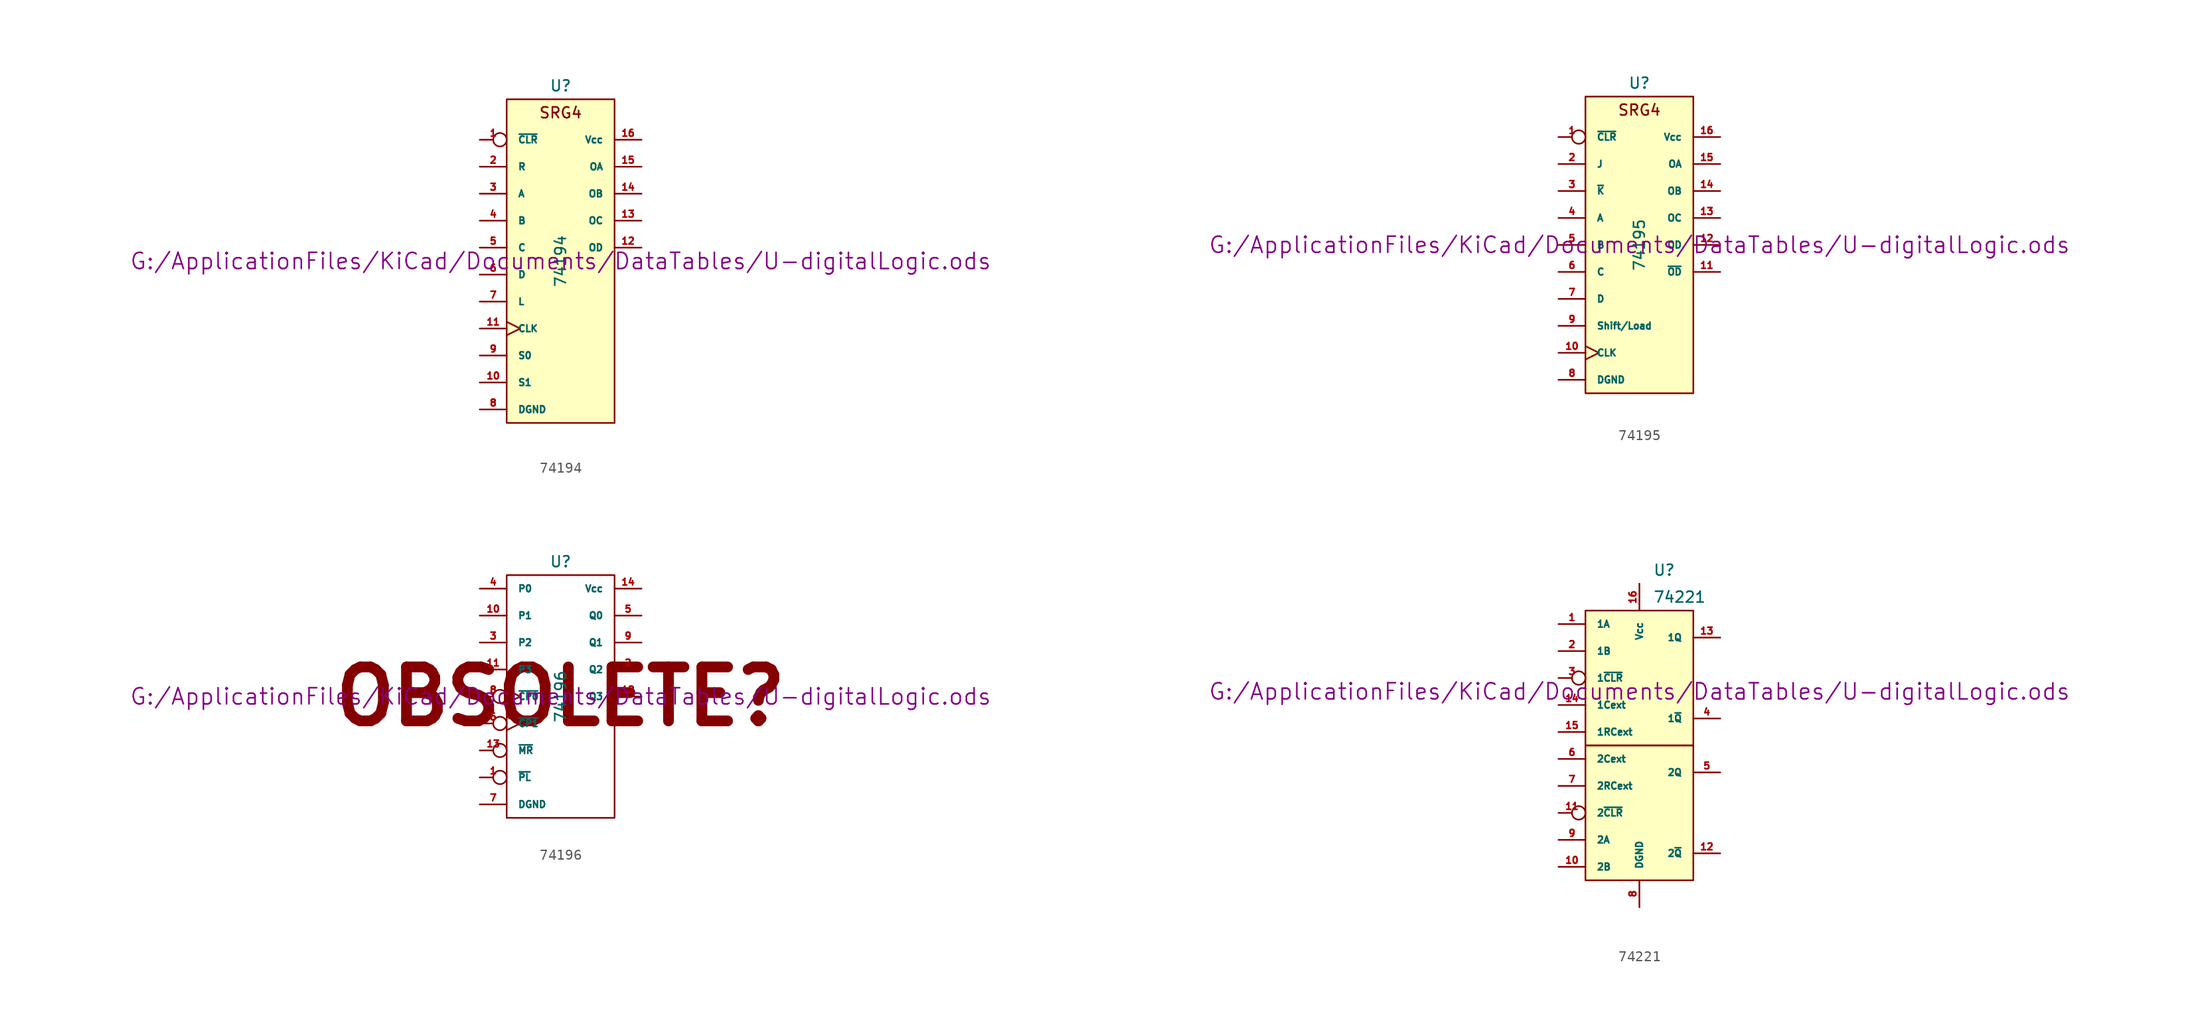
<source format=kicad_sym>
(kicad_symbol_lib
  (version 20211014)
  (generator kicad_symbol_editor)
  (symbol "74194"
    (pin_names
      (offset 1.016))
    (property "Reference" "U"
      (at 0 16.51 0)
      (effects (font (size 1.016 1.016))))
    (property "Value" "74194"
      (at 0 0 90)
      (effects (font (size 1.016 1.016))))
    (property "Footprint" ""
      (at 0 0 0)
      (effects (font (size 1.524 1.524))))
    (property "Datasheet" "G:/ApplicationFiles/KiCad/Documents/DataTables/U-digitalLogic.ods"
      (at 0 0 0)
      (effects (font (size 1.524 1.524))))
    (symbol "74194_0_0"
      (text "SRG4" (at 0 13.97 0) (effects (font (size 1.016 1.016)))))
    (symbol "74194_0_1"
      (rectangle (start -5.08 15.24) (end 5.08 -15.24) (stroke (width 0) (type default) (color 0 0 0 0)) (fill (type background))))
    (symbol "74194_1_1"
      (pin input inverted (at -7.62 11.43 0) (length 2.54) (name "~{CLR}" (effects (font (size 0.635 0.635)))) (number "1" (effects (font (size 0.635 0.635)))))
      (pin input line (at -7.62 -11.43 0) (length 2.54) (name "S1" (effects (font (size 0.635 0.635)))) (number "10" (effects (font (size 0.635 0.635)))))
      (pin input clock (at -7.62 -6.35 0) (length 2.54) (name "CLK" (effects (font (size 0.635 0.635)))) (number "11" (effects (font (size 0.635 0.635)))))
      (pin output line (at 7.62 1.27 180) (length 2.54) (name "OD" (effects (font (size 0.635 0.635)))) (number "12" (effects (font (size 0.635 0.635)))))
      (pin output line (at 7.62 3.81 180) (length 2.54) (name "OC" (effects (font (size 0.635 0.635)))) (number "13" (effects (font (size 0.635 0.635)))))
      (pin output line (at 7.62 6.35 180) (length 2.54) (name "OB" (effects (font (size 0.635 0.635)))) (number "14" (effects (font (size 0.635 0.635)))))
      (pin output line (at 7.62 8.89 180) (length 2.54) (name "OA" (effects (font (size 0.635 0.635)))) (number "15" (effects (font (size 0.635 0.635)))))
      (pin power_in line (at 7.62 11.43 180) (length 2.54) (name "Vcc" (effects (font (size 0.635 0.635)))) (number "16" (effects (font (size 0.635 0.635)))))
      (pin input line (at -7.62 8.89 0) (length 2.54) (name "R" (effects (font (size 0.635 0.635)))) (number "2" (effects (font (size 0.635 0.635)))))
      (pin input line (at -7.62 6.35 0) (length 2.54) (name "A" (effects (font (size 0.635 0.635)))) (number "3" (effects (font (size 0.635 0.635)))))
      (pin input line (at -7.62 3.81 0) (length 2.54) (name "B" (effects (font (size 0.635 0.635)))) (number "4" (effects (font (size 0.635 0.635)))))
      (pin input line (at -7.62 1.27 0) (length 2.54) (name "C" (effects (font (size 0.635 0.635)))) (number "5" (effects (font (size 0.635 0.635)))))
      (pin input line (at -7.62 -1.27 0) (length 2.54) (name "D" (effects (font (size 0.635 0.635)))) (number "6" (effects (font (size 0.635 0.635)))))
      (pin input line (at -7.62 -3.81 0) (length 2.54) (name "L" (effects (font (size 0.635 0.635)))) (number "7" (effects (font (size 0.635 0.635)))))
      (pin power_in line (at -7.62 -13.97 0) (length 2.54) (name "DGND" (effects (font (size 0.635 0.635)))) (number "8" (effects (font (size 0.635 0.635)))))
      (pin input line (at -7.62 -8.89 0) (length 2.54) (name "S0" (effects (font (size 0.635 0.635)))) (number "9" (effects (font (size 0.635 0.635)))))))
  (symbol "74195"
    (pin_names
      (offset 1.016))
    (property "Reference" "U"
      (at 0 15.24 0)
      (effects (font (size 1.016 1.016))))
    (property "Value" "74195"
      (at 0 0 90)
      (effects (font (size 1.016 1.016))))
    (property "Footprint" ""
      (at 0 0 0)
      (effects (font (size 1.524 1.524))))
    (property "Datasheet" "G:/ApplicationFiles/KiCad/Documents/DataTables/U-digitalLogic.ods"
      (at 0 0 0)
      (effects (font (size 1.524 1.524))))
    (symbol "74195_0_0"
      (text "SRG4" (at 0 12.7 0) (effects (font (size 1.016 1.016)))))
    (symbol "74195_0_1"
      (rectangle (start -5.08 13.97) (end 5.08 -13.97) (stroke (width 0) (type default) (color 0 0 0 0)) (fill (type background))))
    (symbol "74195_1_1"
      (pin input inverted (at -7.62 10.16 0) (length 2.54) (name "~{CLR}" (effects (font (size 0.635 0.635)))) (number "1" (effects (font (size 0.635 0.635)))))
      (pin input clock (at -7.62 -10.16 0) (length 2.54) (name "CLK" (effects (font (size 0.635 0.635)))) (number "10" (effects (font (size 0.635 0.635)))))
      (pin input line (at 7.62 -2.54 180) (length 2.54) (name "~{OD}" (effects (font (size 0.635 0.635)))) (number "11" (effects (font (size 0.635 0.635)))))
      (pin output line (at 7.62 0 180) (length 2.54) (name "OD" (effects (font (size 0.635 0.635)))) (number "12" (effects (font (size 0.635 0.635)))))
      (pin output line (at 7.62 2.54 180) (length 2.54) (name "OC" (effects (font (size 0.635 0.635)))) (number "13" (effects (font (size 0.635 0.635)))))
      (pin output line (at 7.62 5.08 180) (length 2.54) (name "OB" (effects (font (size 0.635 0.635)))) (number "14" (effects (font (size 0.635 0.635)))))
      (pin output line (at 7.62 7.62 180) (length 2.54) (name "OA" (effects (font (size 0.635 0.635)))) (number "15" (effects (font (size 0.635 0.635)))))
      (pin power_in line (at 7.62 10.16 180) (length 2.54) (name "Vcc" (effects (font (size 0.635 0.635)))) (number "16" (effects (font (size 0.635 0.635)))))
      (pin input line (at -7.62 7.62 0) (length 2.54) (name "J" (effects (font (size 0.635 0.635)))) (number "2" (effects (font (size 0.635 0.635)))))
      (pin input line (at -7.62 5.08 0) (length 2.54) (name "~{K}" (effects (font (size 0.635 0.635)))) (number "3" (effects (font (size 0.635 0.635)))))
      (pin input line (at -7.62 2.54 0) (length 2.54) (name "A" (effects (font (size 0.635 0.635)))) (number "4" (effects (font (size 0.635 0.635)))))
      (pin input line (at -7.62 0 0) (length 2.54) (name "B" (effects (font (size 0.635 0.635)))) (number "5" (effects (font (size 0.635 0.635)))))
      (pin input line (at -7.62 -2.54 0) (length 2.54) (name "C" (effects (font (size 0.635 0.635)))) (number "6" (effects (font (size 0.635 0.635)))))
      (pin input line (at -7.62 -5.08 0) (length 2.54) (name "D" (effects (font (size 0.635 0.635)))) (number "7" (effects (font (size 0.635 0.635)))))
      (pin power_in line (at -7.62 -12.7 0) (length 2.54) (name "DGND" (effects (font (size 0.635 0.635)))) (number "8" (effects (font (size 0.635 0.635)))))
      (pin input line (at -7.62 -7.62 0) (length 2.54) (name "Shift/Load" (effects (font (size 0.635 0.635)))) (number "9" (effects (font (size 0.635 0.635)))))))
  (symbol "74196"
    (pin_names
      (offset 1.016))
    (property "Reference" "U"
      (at 0 12.7 0)
      (effects (font (size 1.016 1.016))))
    (property "Value" "74196"
      (at 0 0 90)
      (effects (font (size 1.016 1.016))))
    (property "Footprint" ""
      (at 0 0 0)
      (effects (font (size 1.524 1.524))))
    (property "Datasheet" "G:/ApplicationFiles/KiCad/Documents/DataTables/U-digitalLogic.ods"
      (at 0 0 0)
      (effects (font (size 1.524 1.524))))
    (symbol "74196_0_0"
      (text "OBSOLETE?" (at 0 0 0) (effects (font (size 5.08 5.08) bold))))
    (symbol "74196_0_1"
      (rectangle (start -5.08 11.43) (end 5.08 -11.43) (stroke (width 0) (type default) (color 0 0 0 0)) (fill (type none))))
    (symbol "74196_1_1"
      (pin input inverted (at -7.62 -7.62 0) (length 2.54) (name "~{PL}" (effects (font (size 0.635 0.635)))) (number "1" (effects (font (size 0.635 0.635)))))
      (pin input line (at -7.62 7.62 0) (length 2.54) (name "P1" (effects (font (size 0.635 0.635)))) (number "10" (effects (font (size 0.635 0.635)))))
      (pin input line (at -7.62 2.54 0) (length 2.54) (name "P3" (effects (font (size 0.635 0.635)))) (number "11" (effects (font (size 0.635 0.635)))))
      (pin output line (at 7.62 0 180) (length 2.54) (name "Q3" (effects (font (size 0.635 0.635)))) (number "12" (effects (font (size 0.635 0.635)))))
      (pin input inverted (at -7.62 -5.08 0) (length 2.54) (name "~{MR}" (effects (font (size 0.635 0.635)))) (number "13" (effects (font (size 0.635 0.635)))))
      (pin power_in line (at 7.62 10.16 180) (length 2.54) (name "Vcc" (effects (font (size 0.635 0.635)))) (number "14" (effects (font (size 0.635 0.635)))))
      (pin output line (at 7.62 2.54 180) (length 2.54) (name "Q2" (effects (font (size 0.635 0.635)))) (number "2" (effects (font (size 0.635 0.635)))))
      (pin input line (at -7.62 5.08 0) (length 2.54) (name "P2" (effects (font (size 0.635 0.635)))) (number "3" (effects (font (size 0.635 0.635)))))
      (pin input line (at -7.62 10.16 0) (length 2.54) (name "P0" (effects (font (size 0.635 0.635)))) (number "4" (effects (font (size 0.635 0.635)))))
      (pin output line (at 7.62 7.62 180) (length 2.54) (name "Q0" (effects (font (size 0.635 0.635)))) (number "5" (effects (font (size 0.635 0.635)))))
      (pin input inverted_clock (at -7.62 -2.54 0) (length 2.54) (name "~{CP1}" (effects (font (size 0.635 0.635)))) (number "6" (effects (font (size 0.635 0.635)))))
      (pin power_in line (at -7.62 -10.16 0) (length 2.54) (name "DGND" (effects (font (size 0.635 0.635)))) (number "7" (effects (font (size 0.635 0.635)))))
      (pin input inverted_clock (at -7.62 0 0) (length 2.54) (name "~{CP0}" (effects (font (size 0.635 0.635)))) (number "8" (effects (font (size 0.635 0.635)))))
      (pin output line (at 7.62 5.08 180) (length 2.54) (name "Q1" (effects (font (size 0.635 0.635)))) (number "9" (effects (font (size 0.635 0.635)))))))
  (symbol "74221"
    (pin_names
      (offset 1.016))
    (property "Reference" "U"
      (at 1.27 16.51 0)
      (effects (font (size 1.016 1.016)) (justify left)))
    (property "Value" "74221"
      (at 1.27 13.97 0)
      (effects (font (size 1.016 1.016)) (justify left)))
    (property "Footprint" ""
      (at 0 5.08 0)
      (effects (font (size 1.524 1.524))))
    (property "Datasheet" "G:/ApplicationFiles/KiCad/Documents/DataTables/U-digitalLogic.ods"
      (at 0 5.08 0)
      (effects (font (size 1.524 1.524))))
    (symbol "74221_0_1"
      (rectangle (start -5.08 0) (end 5.08 -12.7) (stroke (width 0) (type default) (color 0 0 0 0)) (fill (type background)))
      (rectangle (start -5.08 12.7) (end 5.08 0) (stroke (width 0) (type default) (color 0 0 0 0)) (fill (type background))))
    (symbol "74221_1_1"
      (pin input line (at -7.62 11.43 0) (length 2.54) (name "1A" (effects (font (size 0.635 0.635)))) (number "1" (effects (font (size 0.635 0.635)))))
      (pin input line (at -7.62 -11.43 0) (length 2.54) (name "2B" (effects (font (size 0.635 0.635)))) (number "10" (effects (font (size 0.635 0.635)))))
      (pin input inverted (at -7.62 -6.35 0) (length 2.54) (name "2~{CLR}" (effects (font (size 0.635 0.635)))) (number "11" (effects (font (size 0.635 0.635)))))
      (pin output line (at 7.62 -10.16 180) (length 2.54) (name "2~{Q}" (effects (font (size 0.635 0.635)))) (number "12" (effects (font (size 0.635 0.635)))))
      (pin output line (at 7.62 10.16 180) (length 2.54) (name "1Q" (effects (font (size 0.635 0.635)))) (number "13" (effects (font (size 0.635 0.635)))))
      (pin input line (at -7.62 3.81 0) (length 2.54) (name "1Cext" (effects (font (size 0.635 0.635)))) (number "14" (effects (font (size 0.635 0.635)))))
      (pin input line (at -7.62 1.27 0) (length 2.54) (name "1RCext" (effects (font (size 0.635 0.635)))) (number "15" (effects (font (size 0.635 0.635)))))
      (pin power_in line (at 0 15.24 270) (length 2.54) (name "Vcc" (effects (font (size 0.635 0.635)))) (number "16" (effects (font (size 0.635 0.635)))))
      (pin input line (at -7.62 8.89 0) (length 2.54) (name "1B" (effects (font (size 0.635 0.635)))) (number "2" (effects (font (size 0.635 0.635)))))
      (pin input inverted (at -7.62 6.35 0) (length 2.54) (name "1~{CLR}" (effects (font (size 0.635 0.635)))) (number "3" (effects (font (size 0.635 0.635)))))
      (pin output line (at 7.62 2.54 180) (length 2.54) (name "1~{Q}" (effects (font (size 0.635 0.635)))) (number "4" (effects (font (size 0.635 0.635)))))
      (pin output line (at 7.62 -2.54 180) (length 2.54) (name "2Q" (effects (font (size 0.635 0.635)))) (number "5" (effects (font (size 0.635 0.635)))))
      (pin input line (at -7.62 -1.27 0) (length 2.54) (name "2Cext" (effects (font (size 0.635 0.635)))) (number "6" (effects (font (size 0.635 0.635)))))
      (pin input line (at -7.62 -3.81 0) (length 2.54) (name "2RCext" (effects (font (size 0.635 0.635)))) (number "7" (effects (font (size 0.635 0.635)))))
      (pin power_in line (at 0 -15.24 90) (length 2.54) (name "DGND" (effects (font (size 0.635 0.635)))) (number "8" (effects (font (size 0.635 0.635)))))
      (pin input line (at -7.62 -8.89 0) (length 2.54) (name "2A" (effects (font (size 0.635 0.635)))) (number "9" (effects (font (size 0.635 0.635))))))))
</source>
